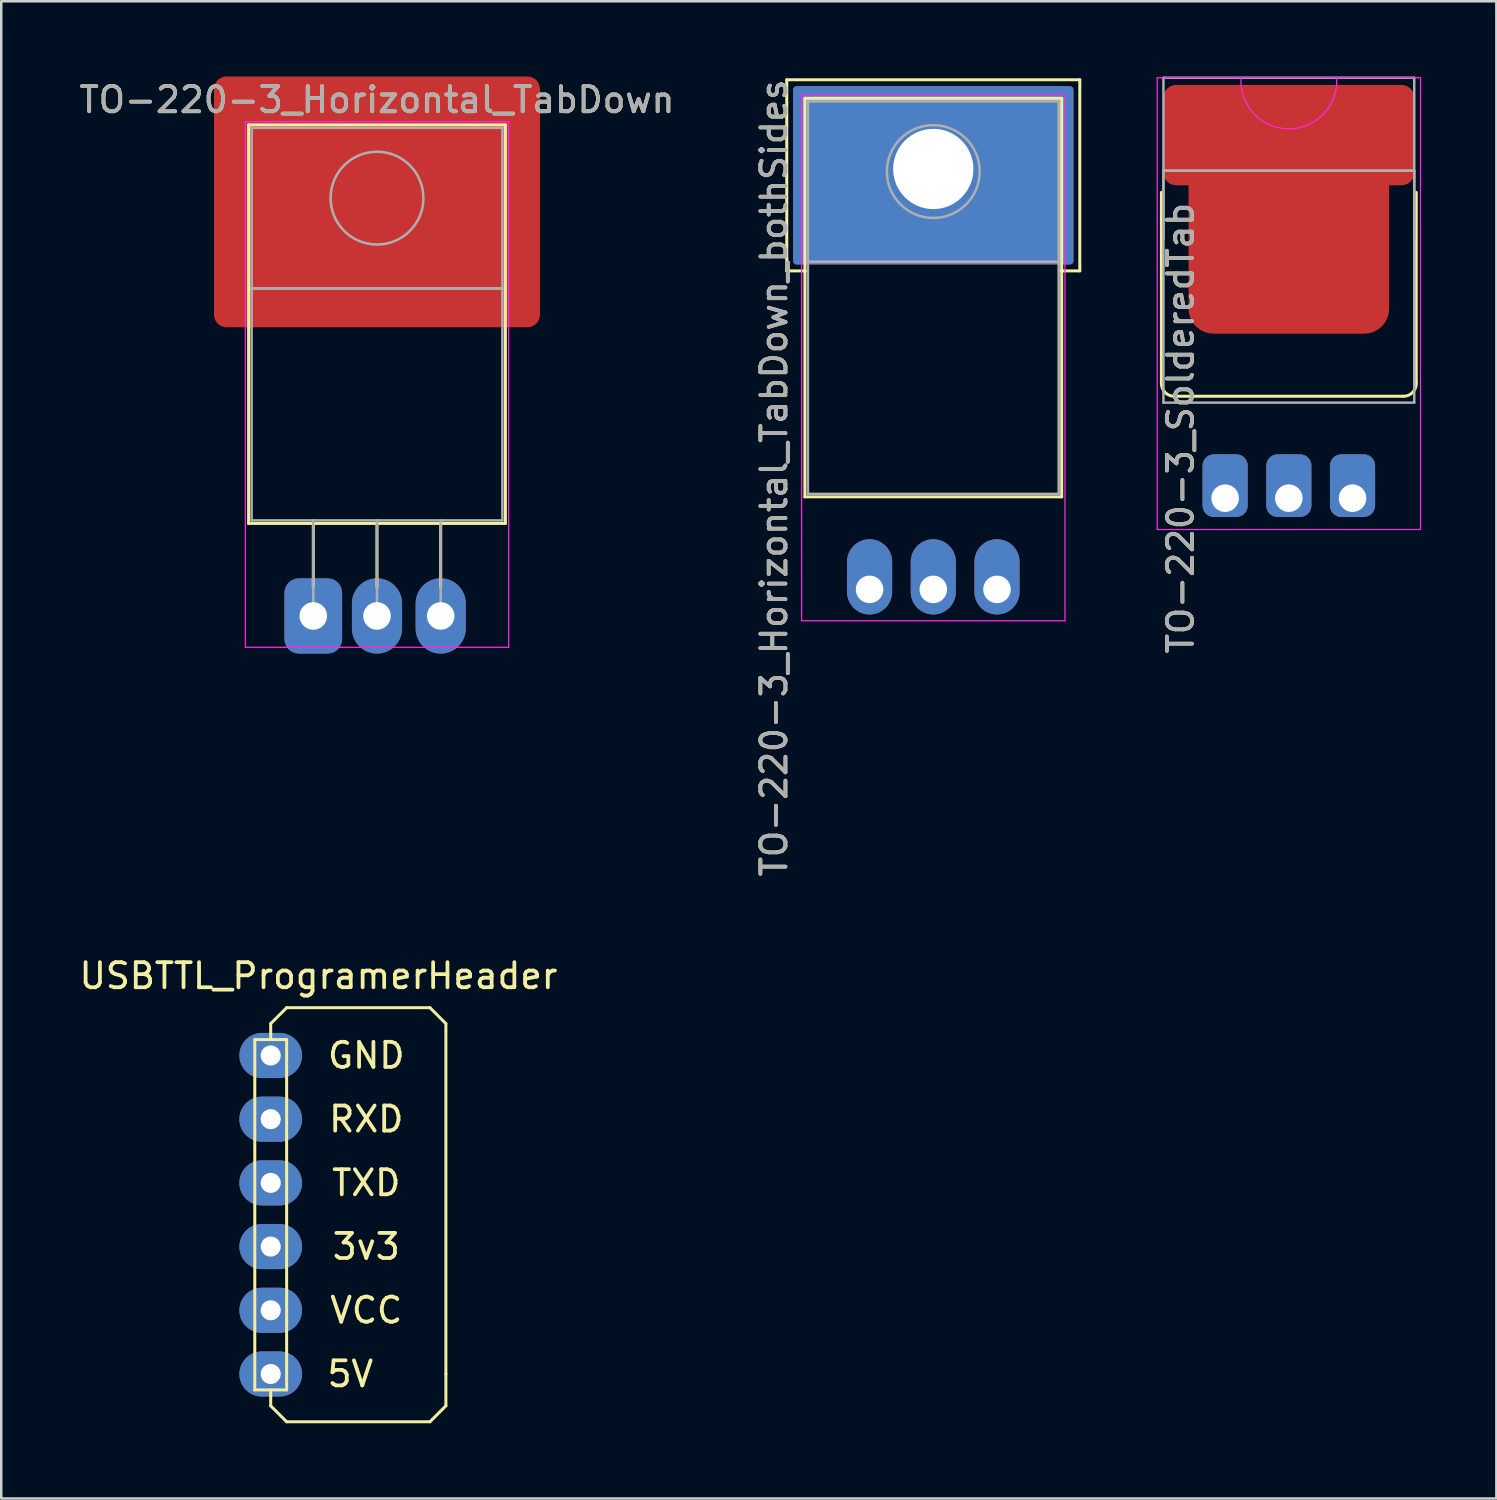
<source format=kicad_pcb>
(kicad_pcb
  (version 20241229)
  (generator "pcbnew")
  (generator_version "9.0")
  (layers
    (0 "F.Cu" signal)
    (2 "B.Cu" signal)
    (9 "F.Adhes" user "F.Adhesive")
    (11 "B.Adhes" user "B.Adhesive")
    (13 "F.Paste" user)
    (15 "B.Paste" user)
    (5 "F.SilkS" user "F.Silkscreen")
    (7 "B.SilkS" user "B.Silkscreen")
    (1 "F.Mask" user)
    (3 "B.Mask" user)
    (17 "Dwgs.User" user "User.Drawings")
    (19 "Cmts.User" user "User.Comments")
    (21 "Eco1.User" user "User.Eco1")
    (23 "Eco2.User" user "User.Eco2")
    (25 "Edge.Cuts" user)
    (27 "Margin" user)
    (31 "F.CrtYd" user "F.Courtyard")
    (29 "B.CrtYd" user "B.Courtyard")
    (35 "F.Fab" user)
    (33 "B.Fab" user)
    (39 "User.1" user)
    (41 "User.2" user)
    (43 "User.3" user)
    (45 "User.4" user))
  (footprint "TO-220-3_SolderedTab"
    (layer "F.Cu")
    (at 45.8 16.814)
    (property "Reference" "TO-220-3_SolderedTab" (at -1.778 -2.794 270) (layer "F.SilkS") (effects (font (size 1 1) (thickness 0.15))))
    (attr through_hole)
    (fp_line (start -2.54 -4.572) (end -2.54 -12.192) (stroke (width 0.12) (type solid)) (layer "F.SilkS"))
    (fp_line (start 7.112 -4.064) (end -2.032 -4.064) (stroke (width 0.12) (type solid)) (layer "F.SilkS"))
    (fp_line (start 7.62 -4.572) (end 7.62 -12.192) (stroke (width 0.12) (type solid)) (layer "F.SilkS"))
    (fp_arc (start -2.032 -4.064) (mid -2.39121 -4.21279) (end -2.54 -4.572) (stroke (width 0.12) (type solid)) (layer "F.SilkS"))
    (fp_arc (start 7.62 -4.572) (mid 7.47121 -4.21279) (end 7.112 -4.064) (stroke (width 0.12) (type solid)) (layer "F.SilkS"))
    (fp_line (start -2.71 1.25) (end -2.71 -16.764) (stroke (width 0.05) (type solid)) (layer "F.CrtYd"))
    (fp_line (start -2.71 1.25) (end 7.79 1.25) (stroke (width 0.05) (type solid)) (layer "F.CrtYd"))
    (fp_line (start 7.79 -16.764) (end -2.71 -16.764) (stroke (width 0.05) (type solid)) (layer "F.CrtYd"))
    (fp_line (start 7.79 1.25) (end 7.79 -16.764) (stroke (width 0.05) (type solid)) (layer "F.CrtYd"))
    (fp_arc (start 4.444999 -16.764) (mid 2.54 -14.728274) (end 0.635001 -16.764) (stroke (width 0.05) (type solid)) (layer "F.CrtYd"))
    (fp_line (start -2.46 -16.764) (end 7.54 -16.764) (stroke (width 0.1) (type solid)) (layer "F.Fab"))
    (fp_line (start -2.46 -13.06) (end 7.54 -13.06) (stroke (width 0.1) (type solid)) (layer "F.Fab"))
    (fp_line (start -2.46 -10.364) (end -2.46 -16.764) (stroke (width 0.1) (type solid)) (layer "F.Fab"))
    (fp_line (start -2.46 -3.81) (end -2.46 -13.06) (stroke (width 0.1) (type solid)) (layer "F.Fab"))
    (fp_line (start 7.54 -16.764) (end 7.54 -10.364) (stroke (width 0.1) (type solid)) (layer "F.Fab"))
    (fp_line (start 7.54 -13.06) (end -2.46 -13.06) (stroke (width 0.1) (type solid)) (layer "F.Fab"))
    (fp_line (start 7.54 -13.06) (end 7.54 -3.81) (stroke (width 0.1) (type solid)) (layer "F.Fab"))
    (fp_line (start 7.54 -3.81) (end -2.46 -3.81) (stroke (width 0.1) (type solid)) (layer "F.Fab"))
    (fp_text user "${REFERENCE}" (at -1.778 -2.794 90) (layer "F.Fab") (effects (font (size 1 1) (thickness 0.15))))
    (pad "" smd roundrect (at 2.54 -14.478) (size 10 4) (layers "F.Cu" "F.Mask" "F.Paste") (roundrect_rratio 0.125))
    (pad "" smd roundrect (at 2.54 -10.058) (size 8 7) (layers "F.Cu" "F.Mask" "F.Paste") (roundrect_rratio 0.143))
    (pad "1" thru_hole roundrect (at 0 0) (size 1.8 2.5) (drill 1.1 (offset 0 -0.5)) (layers "*.Cu" "*.Mask") (roundrect_rratio 0.25))
    (pad "2" thru_hole roundrect (at 2.54 0) (size 1.8 2.5) (drill 1.1 (offset 0 -0.5)) (layers "*.Cu" "*.Mask") (roundrect_rratio 0.25))
    (pad "3" thru_hole roundrect (at 5.08 0) (size 1.8 2.5) (drill 1.1 (offset 0 -0.5)) (layers "*.Cu" "*.Mask") (roundrect_rratio 0.25)))
  (footprint "USBTTL_ProgramerHeader"
    (layer "F.Cu")
    (at 7.744 39.035)
    (property "Reference" "USBTTL_ProgramerHeader" (at 1.905 -3.175 0) (layer "F.SilkS") (effects (font (size 1 1) (thickness 0.15))))
    (attr through_hole)
    (fp_line (start -0.635 -0.635) (end 0.635 -0.635) (stroke (width 0.12) (type solid)) (layer "F.SilkS"))
    (fp_line (start -0.635 13.335) (end -0.635 -0.635) (stroke (width 0.12) (type solid)) (layer "F.SilkS"))
    (fp_line (start 0 -1.27) (end 0.635 -1.905) (stroke (width 0.12) (type solid)) (layer "F.SilkS"))
    (fp_line (start 0 -0.635) (end 0 -1.27) (stroke (width 0.12) (type solid)) (layer "F.SilkS"))
    (fp_line (start 0 13.335) (end 0 13.97) (stroke (width 0.12) (type solid)) (layer "F.SilkS"))
    (fp_line (start 0 13.97) (end 0.635 14.605) (stroke (width 0.12) (type solid)) (layer "F.SilkS"))
    (fp_line (start 0.635 -1.905) (end 6.35 -1.905) (stroke (width 0.12) (type solid)) (layer "F.SilkS"))
    (fp_line (start 0.635 -0.635) (end 0.635 13.335) (stroke (width 0.12) (type solid)) (layer "F.SilkS"))
    (fp_line (start 0.635 13.335) (end -0.635 13.335) (stroke (width 0.12) (type solid)) (layer "F.SilkS"))
    (fp_line (start 0.635 14.605) (end 6.35 14.605) (stroke (width 0.12) (type solid)) (layer "F.SilkS"))
    (fp_line (start 6.35 -1.905) (end 6.985 -1.27) (stroke (width 0.12) (type solid)) (layer "F.SilkS"))
    (fp_line (start 6.35 14.605) (end 6.985 13.97) (stroke (width 0.12) (type solid)) (layer "F.SilkS"))
    (fp_line (start 6.985 -1.27) (end 6.985 12.7) (stroke (width 0.12) (type solid)) (layer "F.SilkS"))
    (fp_line (start 6.985 13.97) (end 6.985 12.7) (stroke (width 0.12) (type solid)) (layer "F.SilkS"))
    (fp_text user "5V" (at 3.175 12.7 0) (layer "F.SilkS") (effects (font (size 1 1) (thickness 0.15))))
    (fp_text user "3v3" (at 3.81 7.62 0) (layer "F.SilkS") (effects (font (size 1 1) (thickness 0.15))))
    (fp_text user "VCC" (at 3.81 10.16 0) (layer "F.SilkS") (effects (font (size 1 1) (thickness 0.15))))
    (fp_text user "TXD" (at 3.81 5.08 0) (layer "F.SilkS") (effects (font (size 1 1) (thickness 0.15))))
    (fp_text user "GND" (at 3.81 0 0) (layer "F.SilkS") (effects (font (size 1 1) (thickness 0.15))))
    (fp_text user "RXD" (at 3.81 2.54 0) (layer "F.SilkS") (effects (font (size 1 1) (thickness 0.15))))
    (pad "1" thru_hole oval (at 0 0) (size 2.5 1.8) (drill 0.8) (layers "*.Cu" "*.Mask"))
    (pad "2" thru_hole oval (at 0 2.54) (size 2.5 1.8) (drill 0.8) (layers "*.Cu" "*.Mask"))
    (pad "3" thru_hole oval (at 0 5.08) (size 2.5 1.8) (drill 0.8) (layers "*.Cu" "*.Mask"))
    (pad "4" thru_hole oval (at 0 7.62) (size 2.5 1.8) (drill 0.8) (layers "*.Cu" "*.Mask"))
    (pad "5" thru_hole oval (at 0 10.16) (size 2.5 1.8) (drill 0.8) (layers "*.Cu" "*.Mask"))
    (pad "6" thru_hole oval (at 0 12.7) (size 2.5 1.8) (drill 0.8) (layers "*.Cu" "*.Mask")))
  (footprint "TO-220-3_Horizontal_TabDown_bothSides"
    (layer "F.Cu")
    (at 31.623 20.451)
    (property "Reference" "TO-220-3_Horizontal_TabDown_bothSides" (at -3.81 -4.445 90) (layer "F.SilkS") (effects (font (size 1 1) (thickness 0.15))))
    (attr through_hole)
    (fp_line (start -3.302 -20.32) (end 8.382 -20.32) (stroke (width 0.12) (type solid)) (layer "F.SilkS"))
    (fp_line (start -3.302 -12.7) (end -3.302 -20.32) (stroke (width 0.12) (type solid)) (layer "F.SilkS"))
    (fp_line (start -2.58 -19.58) (end -2.58 -3.69) (stroke (width 0.12) (type solid)) (layer "F.SilkS"))
    (fp_line (start -2.58 -19.58) (end 7.66 -19.58) (stroke (width 0.12) (type solid)) (layer "F.SilkS"))
    (fp_line (start -2.58 -3.69) (end 7.66 -3.69) (stroke (width 0.12) (type solid)) (layer "F.SilkS"))
    (fp_line (start -2.54 -12.7) (end -3.302 -12.7) (stroke (width 0.12) (type solid)) (layer "F.SilkS"))
    (fp_line (start 7.66 -19.58) (end 7.66 -3.69) (stroke (width 0.12) (type solid)) (layer "F.SilkS"))
    (fp_line (start 8.382 -20.32) (end 8.382 -12.7) (stroke (width 0.12) (type solid)) (layer "F.SilkS"))
    (fp_line (start 8.382 -12.7) (end 7.62 -12.7) (stroke (width 0.12) (type solid)) (layer "F.SilkS"))
    (fp_line (start -2.71 -19.71) (end -2.71 1.25) (stroke (width 0.05) (type solid)) (layer "F.CrtYd"))
    (fp_line (start -2.71 1.25) (end 7.79 1.25) (stroke (width 0.05) (type solid)) (layer "F.CrtYd"))
    (fp_line (start 7.79 -19.71) (end -2.71 -19.71) (stroke (width 0.05) (type solid)) (layer "F.CrtYd"))
    (fp_line (start 7.79 1.25) (end 7.79 -19.71) (stroke (width 0.05) (type solid)) (layer "F.CrtYd"))
    (fp_line (start -2.46 -19.46) (end 7.54 -19.46) (stroke (width 0.1) (type solid)) (layer "F.Fab"))
    (fp_line (start -2.46 -13.06) (end -2.46 -19.46) (stroke (width 0.1) (type solid)) (layer "F.Fab"))
    (fp_line (start -2.46 -13.06) (end 7.54 -13.06) (stroke (width 0.1) (type solid)) (layer "F.Fab"))
    (fp_line (start -2.46 -3.81) (end -2.46 -13.06) (stroke (width 0.1) (type solid)) (layer "F.Fab"))
    (fp_line (start 7.54 -19.46) (end 7.54 -13.06) (stroke (width 0.1) (type solid)) (layer "F.Fab"))
    (fp_line (start 7.54 -13.06) (end -2.46 -13.06) (stroke (width 0.1) (type solid)) (layer "F.Fab"))
    (fp_line (start 7.54 -13.06) (end 7.54 -3.81) (stroke (width 0.1) (type solid)) (layer "F.Fab"))
    (fp_line (start 7.54 -3.81) (end -2.46 -3.81) (stroke (width 0.1) (type solid)) (layer "F.Fab"))
    (fp_circle (center 2.54 -16.66) (end 4.39 -16.66) (stroke (width 0.1) (type solid)) (fill no) (layer "F.Fab"))
    (fp_text user "${REFERENCE}" (at -3.81 -4.445 90) (layer "F.Fab") (effects (font (size 1 1) (thickness 0.15))))
    (pad "" thru_hole circle (at 2.54 -16.764) (size 5 5) (drill 3.2) (layers "*.Cu" "*.Mask"))
    (pad "" smd roundrect (at 2.54 -16.51) (size 11.18 7.11) (layers "F.Cu" "F.Mask" "F.Paste") (roundrect_rratio 0.02))
    (pad "" smd roundrect (at 2.54 -16.51) (size 11.18 7.11) (layers "B.Cu" "B.Mask" "B.Paste") (roundrect_rratio 0.02))
    (pad "1" thru_hole oval (at 0 0) (size 1.8 3) (drill 1.1 (offset 0 -0.5)) (layers "*.Cu" "*.Mask"))
    (pad "2" thru_hole oval (at 2.54 0) (size 1.8 3) (drill 1.1 (offset 0 -0.5)) (layers "*.Cu" "*.Mask"))
    (pad "3" thru_hole oval (at 5.08 0) (size 1.8 3) (drill 1.1 (offset 0 -0.5)) (layers "*.Cu" "*.Mask")))
  (footprint "TO-220-3_Horizontal_TabDown"
    (layer "F.Cu")
    (at 9.442 21.51)
    (property "Reference" "TO-220-3_Horizontal_TabDown" (at 2.54 -20.58 0) (layer "F.SilkS") (effects (font (size 1 1) (thickness 0.15))))
    (attr through_hole)
    (fp_line (start -2.58 -19.58) (end -2.58 -3.69) (stroke (width 0.12) (type solid)) (layer "F.SilkS"))
    (fp_line (start -2.58 -19.58) (end 7.66 -19.58) (stroke (width 0.12) (type solid)) (layer "F.SilkS"))
    (fp_line (start -2.58 -3.69) (end 7.66 -3.69) (stroke (width 0.12) (type solid)) (layer "F.SilkS"))
    (fp_line (start 0 -3.69) (end 0 -1.15) (stroke (width 0.12) (type solid)) (layer "F.SilkS"))
    (fp_line (start 2.54 -3.69) (end 2.54 -1.15) (stroke (width 0.12) (type solid)) (layer "F.SilkS"))
    (fp_line (start 5.08 -3.69) (end 5.08 -1.15) (stroke (width 0.12) (type solid)) (layer "F.SilkS"))
    (fp_line (start 7.66 -19.58) (end 7.66 -3.69) (stroke (width 0.12) (type solid)) (layer "F.SilkS"))
    (fp_line (start -2.71 -19.71) (end -2.71 1.25) (stroke (width 0.05) (type solid)) (layer "F.CrtYd"))
    (fp_line (start -2.71 1.25) (end 7.79 1.25) (stroke (width 0.05) (type solid)) (layer "F.CrtYd"))
    (fp_line (start 7.79 -19.71) (end -2.71 -19.71) (stroke (width 0.05) (type solid)) (layer "F.CrtYd"))
    (fp_line (start 7.79 1.25) (end 7.79 -19.71) (stroke (width 0.05) (type solid)) (layer "F.CrtYd"))
    (fp_line (start -2.46 -19.46) (end 7.54 -19.46) (stroke (width 0.1) (type solid)) (layer "F.Fab"))
    (fp_line (start -2.46 -13.06) (end -2.46 -19.46) (stroke (width 0.1) (type solid)) (layer "F.Fab"))
    (fp_line (start -2.46 -13.06) (end 7.54 -13.06) (stroke (width 0.1) (type solid)) (layer "F.Fab"))
    (fp_line (start -2.46 -3.81) (end -2.46 -13.06) (stroke (width 0.1) (type solid)) (layer "F.Fab"))
    (fp_line (start 0 -3.81) (end 0 0) (stroke (width 0.1) (type solid)) (layer "F.Fab"))
    (fp_line (start 2.54 -3.81) (end 2.54 0) (stroke (width 0.1) (type solid)) (layer "F.Fab"))
    (fp_line (start 5.08 -3.81) (end 5.08 0) (stroke (width 0.1) (type solid)) (layer "F.Fab"))
    (fp_line (start 7.54 -19.46) (end 7.54 -13.06) (stroke (width 0.1) (type solid)) (layer "F.Fab"))
    (fp_line (start 7.54 -13.06) (end -2.46 -13.06) (stroke (width 0.1) (type solid)) (layer "F.Fab"))
    (fp_line (start 7.54 -13.06) (end 7.54 -3.81) (stroke (width 0.1) (type solid)) (layer "F.Fab"))
    (fp_line (start 7.54 -3.81) (end -2.46 -3.81) (stroke (width 0.1) (type solid)) (layer "F.Fab"))
    (fp_circle (center 2.54 -16.66) (end 4.39 -16.66) (stroke (width 0.1) (type solid)) (fill no) (layer "F.Fab"))
    (fp_text user "${REFERENCE}" (at 2.54 -20.58 0) (layer "F.Fab") (effects (font (size 1 1) (thickness 0.15))))
    (pad "" smd roundrect (at 2.54 -16.51) (size 13 10) (layers "F.Cu" "F.Mask" "F.Paste") (roundrect_rratio 0.05))
    (pad "1" thru_hole roundrect (at 0 0) (size 2.3 3) (drill 1.1) (layers "*.Cu" "*.Mask") (roundrect_rratio 0.25))
    (pad "2" thru_hole oval (at 2.54 0) (size 2 3) (drill 1.1) (layers "*.Cu" "*.Mask"))
    (pad "3" thru_hole oval (at 5.08 0) (size 2 3) (drill 1.1) (layers "*.Cu" "*.Mask")))
  (gr_rect
    (start -3 -3)
    (end 56.615 56.7)
    (stroke (width 0.1) (type default))
    (fill no)
    (layer "Edge.Cuts")))
</source>
